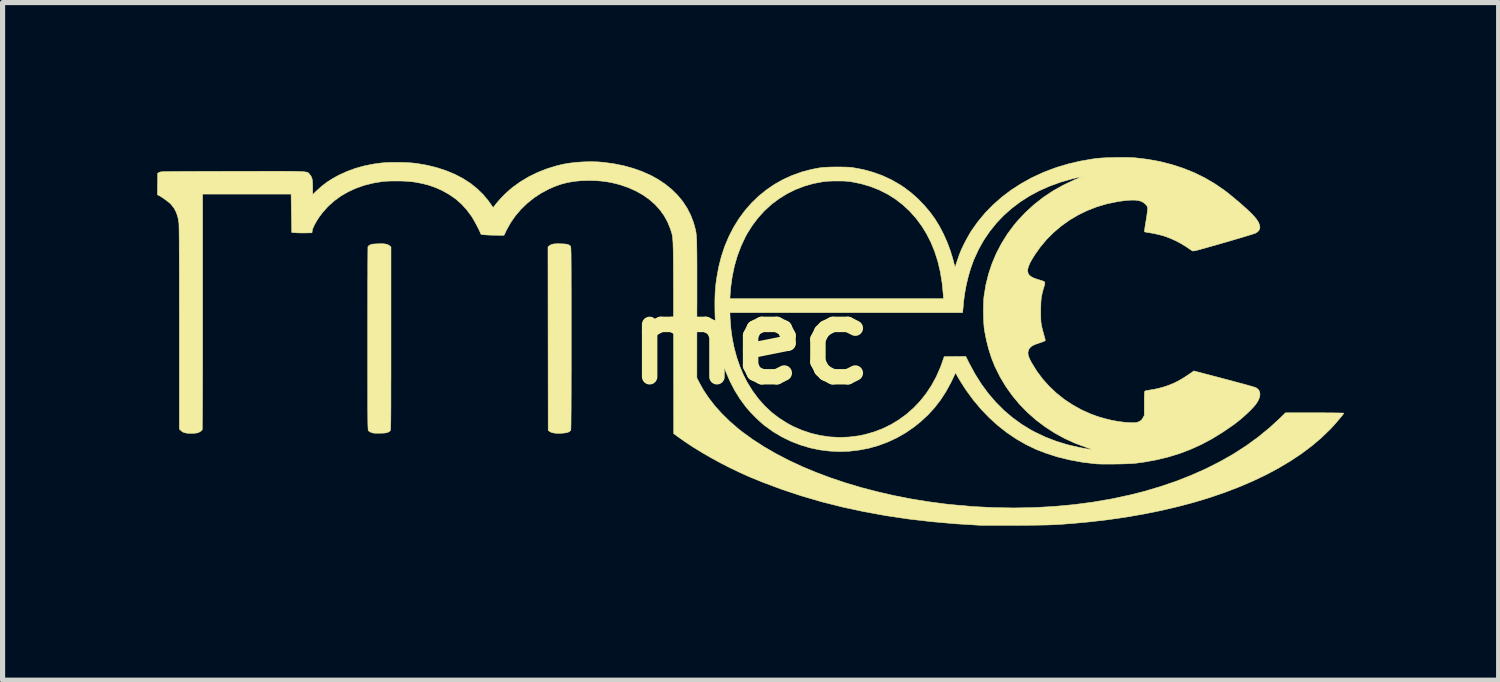
<source format=kicad_pcb>
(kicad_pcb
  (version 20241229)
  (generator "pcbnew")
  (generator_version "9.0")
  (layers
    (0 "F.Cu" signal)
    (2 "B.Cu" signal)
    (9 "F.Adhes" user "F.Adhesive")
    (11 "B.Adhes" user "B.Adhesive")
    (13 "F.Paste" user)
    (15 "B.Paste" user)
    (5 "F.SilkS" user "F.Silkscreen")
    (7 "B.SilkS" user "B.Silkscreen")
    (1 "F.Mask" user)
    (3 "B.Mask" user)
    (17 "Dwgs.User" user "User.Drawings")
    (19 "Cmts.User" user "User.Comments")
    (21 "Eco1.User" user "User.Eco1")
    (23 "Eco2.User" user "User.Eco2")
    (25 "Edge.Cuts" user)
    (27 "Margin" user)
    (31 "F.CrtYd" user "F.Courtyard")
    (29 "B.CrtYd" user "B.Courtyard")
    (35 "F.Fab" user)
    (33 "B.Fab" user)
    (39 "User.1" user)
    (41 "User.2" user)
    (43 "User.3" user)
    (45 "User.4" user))
  (footprint "mec"
    (layer "F.Cu")
    (at 11.516 3.572)
    (property "Reference" "mec" (at 0 0 0) (layer "F.SilkS") (effects (font (size 1.524 1.524) (thickness 0.3))))
    (attr exclude_from_pos_files exclude_from_bom)
    (fp_poly (pts (xy -3.686 -1.891) (xy -3.628 -1.889) (xy -3.585 -1.885) (xy -3.553 -1.879) (xy -3.529 -1.87) (xy -3.509 -1.857) (xy -3.495 -1.844) (xy -3.493 -1.842) (xy -3.492 -1.836) (xy -3.49 -1.828) (xy -3.489 -1.816) (xy -3.488 -1.799) (xy -3.487 -1.777) (xy -3.486 -1.748) (xy -3.485 -1.714) (xy -3.484 -1.671) (xy -3.484 -1.621) (xy -3.483 -1.562) (xy -3.483 -1.494) (xy -3.482 -1.415) (xy -3.482 -1.326) (xy -3.482 -1.225) (xy -3.482 -1.111) (xy -3.481 -0.985) (xy -3.481 -0.845) (xy -3.481 -0.691) (xy -3.481 -0.522) (xy -3.481 -0.337) (xy -3.481 -0.136) (xy -3.481 -0.06) (xy -3.481 0.168) (xy -3.481 0.378) (xy -3.481 0.572) (xy -3.482 0.75) (xy -3.482 0.911) (xy -3.482 1.057) (xy -3.483 1.187) (xy -3.483 1.303) (xy -3.484 1.404) (xy -3.485 1.49) (xy -3.485 1.563) (xy -3.486 1.622) (xy -3.487 1.668) (xy -3.488 1.701) (xy -3.489 1.721) (xy -3.49 1.729) (xy -3.504 1.743) (xy -3.527 1.758) (xy -3.54 1.765) (xy -3.571 1.774) (xy -3.614 1.781) (xy -3.665 1.785) (xy -3.719 1.787) (xy -3.77 1.786) (xy -3.815 1.781) (xy -3.84 1.776) (xy -3.87 1.766) (xy -3.897 1.752) (xy -3.905 1.747) (xy -3.928 1.73) (xy -3.932 -1.83) (xy -3.906 -1.852) (xy -3.883 -1.868) (xy -3.857 -1.879) (xy -3.824 -1.887) (xy -3.782 -1.891) (xy -3.727 -1.892) (xy -3.686 -1.891)) (stroke (width 0.01) (type solid)) (fill yes) (layer "F.SilkS"))
    (fp_poly (pts (xy -7.112 -1.89) (xy -7.074 -1.884) (xy -7.044 -1.876) (xy -7.02 -1.863) (xy -7.006 -1.852) (xy -6.979 -1.83) (xy -6.979 -0.053) (xy -6.979 0.154) (xy -6.979 0.345) (xy -6.979 0.519) (xy -6.979 0.678) (xy -6.98 0.823) (xy -6.98 0.953) (xy -6.98 1.071) (xy -6.98 1.176) (xy -6.98 1.269) (xy -6.981 1.352) (xy -6.981 1.424) (xy -6.982 1.486) (xy -6.982 1.54) (xy -6.983 1.585) (xy -6.984 1.623) (xy -6.985 1.653) (xy -6.986 1.678) (xy -6.987 1.697) (xy -6.988 1.712) (xy -6.989 1.723) (xy -6.991 1.73) (xy -6.992 1.735) (xy -6.994 1.737) (xy -6.995 1.738) (xy -7.017 1.756) (xy -7.042 1.768) (xy -7.072 1.777) (xy -7.111 1.782) (xy -7.163 1.784) (xy -7.183 1.785) (xy -7.229 1.785) (xy -7.271 1.785) (xy -7.305 1.783) (xy -7.326 1.781) (xy -7.327 1.781) (xy -7.378 1.763) (xy -7.416 1.738) (xy -7.417 1.736) (xy -7.419 1.732) (xy -7.42 1.726) (xy -7.422 1.717) (xy -7.423 1.704) (xy -7.424 1.687) (xy -7.425 1.664) (xy -7.426 1.636) (xy -7.427 1.601) (xy -7.428 1.559) (xy -7.428 1.509) (xy -7.429 1.45) (xy -7.429 1.382) (xy -7.43 1.304) (xy -7.43 1.215) (xy -7.43 1.115) (xy -7.43 1.002) (xy -7.43 0.877) (xy -7.431 0.738) (xy -7.431 0.585) (xy -7.431 0.417) (xy -7.431 0.233) (xy -7.431 0.032) (xy -7.431 -0.048) (xy -7.431 -0.223) (xy -7.431 -0.393) (xy -7.431 -0.557) (xy -7.43 -0.715) (xy -7.43 -0.866) (xy -7.43 -1.01) (xy -7.43 -1.144) (xy -7.429 -1.27) (xy -7.429 -1.385) (xy -7.429 -1.488) (xy -7.428 -1.58) (xy -7.428 -1.659) (xy -7.427 -1.725) (xy -7.427 -1.776) (xy -7.426 -1.812) (xy -7.426 -1.832) (xy -7.425 -1.836) (xy -7.415 -1.848) (xy -7.394 -1.863) (xy -7.384 -1.869) (xy -7.367 -1.877) (xy -7.348 -1.882) (xy -7.324 -1.886) (xy -7.291 -1.888) (xy -7.246 -1.89) (xy -7.226 -1.891) (xy -7.162 -1.892) (xy -7.112 -1.89)) (stroke (width 0.01) (type solid)) (fill yes) (layer "F.SilkS"))
    (fp_poly (pts (xy -2.966 -3.481) (xy -2.86 -3.472) (xy -2.657 -3.445) (xy -2.463 -3.406) (xy -2.279 -3.355) (xy -2.106 -3.294) (xy -1.944 -3.222) (xy -1.794 -3.14) (xy -1.656 -3.047) (xy -1.531 -2.946) (xy -1.418 -2.835) (xy -1.319 -2.715) (xy -1.235 -2.587) (xy -1.164 -2.45) (xy -1.109 -2.306) (xy -1.085 -2.222) (xy -1.079 -2.199) (xy -1.074 -2.179) (xy -1.069 -2.159) (xy -1.065 -2.139) (xy -1.061 -2.118) (xy -1.058 -2.095) (xy -1.055 -2.07) (xy -1.052 -2.041) (xy -1.05 -2.008) (xy -1.048 -1.969) (xy -1.046 -1.925) (xy -1.045 -1.873) (xy -1.044 -1.813) (xy -1.043 -1.745) (xy -1.042 -1.667) (xy -1.042 -1.578) (xy -1.041 -1.478) (xy -1.041 -1.366) (xy -1.041 -1.24) (xy -1.041 -1.101) (xy -1.041 -0.946) (xy -1.041 -0.776) (xy -1.042 -0.636) (xy -1.043 0.711) (xy -1.002 0.792) (xy -0.915 0.949) (xy -0.81 1.105) (xy -0.69 1.259) (xy -0.554 1.409) (xy -0.404 1.556) (xy -0.24 1.698) (xy -0.156 1.764) (xy 0.046 1.91) (xy 0.265 2.051) (xy 0.497 2.185) (xy 0.744 2.313) (xy 1.003 2.434) (xy 1.275 2.547) (xy 1.558 2.653) (xy 1.851 2.751) (xy 2.153 2.841) (xy 2.465 2.922) (xy 2.783 2.995) (xy 3.109 3.059) (xy 3.441 3.113) (xy 3.778 3.158) (xy 3.911 3.172) (xy 4.312 3.208) (xy 4.711 3.228) (xy 5.107 3.235) (xy 5.499 3.228) (xy 5.887 3.206) (xy 6.268 3.171) (xy 6.643 3.122) (xy 7.01 3.059) (xy 7.367 2.982) (xy 7.626 2.917) (xy 7.947 2.822) (xy 8.257 2.717) (xy 8.554 2.6) (xy 8.839 2.473) (xy 9.112 2.335) (xy 9.372 2.187) (xy 9.618 2.028) (xy 9.851 1.859) (xy 10.07 1.68) (xy 10.266 1.5) (xy 10.38 1.389) (xy 10.945 1.389) (xy 11.043 1.389) (xy 11.135 1.389) (xy 11.22 1.39) (xy 11.297 1.39) (xy 11.364 1.391) (xy 11.421 1.392) (xy 11.465 1.393) (xy 11.495 1.394) (xy 11.51 1.395) (xy 11.511 1.396) (xy 11.505 1.407) (xy 11.49 1.428) (xy 11.466 1.458) (xy 11.436 1.494) (xy 11.402 1.535) (xy 11.365 1.578) (xy 11.327 1.621) (xy 11.289 1.663) (xy 11.255 1.7) (xy 11.242 1.713) (xy 11.074 1.875) (xy 10.89 2.031) (xy 10.691 2.18) (xy 10.477 2.323) (xy 10.249 2.459) (xy 10.007 2.589) (xy 9.751 2.711) (xy 9.482 2.826) (xy 9.201 2.934) (xy 8.908 3.034) (xy 8.604 3.126) (xy 8.288 3.21) (xy 7.962 3.286) (xy 7.625 3.354) (xy 7.279 3.414) (xy 6.924 3.465) (xy 6.56 3.507) (xy 6.376 3.524) (xy 6.28 3.533) (xy 6.193 3.54) (xy 6.113 3.546) (xy 6.038 3.552) (xy 5.966 3.556) (xy 5.895 3.56) (xy 5.822 3.563) (xy 5.746 3.566) (xy 5.665 3.567) (xy 5.576 3.569) (xy 5.478 3.57) (xy 5.368 3.571) (xy 5.245 3.572) (xy 5.143 3.572) (xy 5.038 3.572) (xy 4.937 3.572) (xy 4.84 3.572) (xy 4.751 3.572) (xy 4.67 3.572) (xy 4.598 3.572) (xy 4.538 3.572) (xy 4.491 3.572) (xy 4.459 3.571) (xy 4.445 3.571) (xy 3.971 3.542) (xy 3.51 3.501) (xy 3.06 3.449) (xy 2.623 3.384) (xy 2.196 3.306) (xy 1.781 3.217) (xy 1.377 3.115) (xy 0.984 3) (xy 0.601 2.873) (xy 0.229 2.734) (xy -0.017 2.633) (xy -0.203 2.55) (xy -0.391 2.46) (xy -0.579 2.364) (xy -0.764 2.263) (xy -0.943 2.16) (xy -1.114 2.055) (xy -1.273 1.95) (xy -1.419 1.847) (xy -1.421 1.845) (xy -1.492 1.793) (xy -1.495 -0.069) (xy -1.495 -0.285) (xy -1.496 -0.484) (xy -1.496 -0.667) (xy -1.496 -0.835) (xy -1.496 -0.988) (xy -1.497 -1.128) (xy -1.497 -1.255) (xy -1.498 -1.369) (xy -1.498 -1.472) (xy -1.499 -1.564) (xy -1.5 -1.646) (xy -1.501 -1.718) (xy -1.502 -1.782) (xy -1.504 -1.838) (xy -1.505 -1.886) (xy -1.507 -1.928) (xy -1.51 -1.964) (xy -1.512 -1.996) (xy -1.515 -2.022) (xy -1.518 -2.046) (xy -1.522 -2.066) (xy -1.526 -2.084) (xy -1.531 -2.101) (xy -1.535 -2.117) (xy -1.541 -2.133) (xy -1.547 -2.15) (xy -1.553 -2.168) (xy -1.558 -2.185) (xy -1.61 -2.313) (xy -1.677 -2.435) (xy -1.759 -2.549) (xy -1.854 -2.654) (xy -1.963 -2.75) (xy -2.084 -2.836) (xy -2.218 -2.912) (xy -2.362 -2.978) (xy -2.517 -3.032) (xy -2.601 -3.055) (xy -2.707 -3.08) (xy -2.809 -3.098) (xy -2.911 -3.11) (xy -3.019 -3.117) (xy -3.134 -3.12) (xy -3.285 -3.116) (xy -3.424 -3.103) (xy -3.555 -3.08) (xy -3.681 -3.047) (xy -3.806 -3.002) (xy -3.915 -2.954) (xy -4.064 -2.875) (xy -4.204 -2.783) (xy -4.334 -2.679) (xy -4.453 -2.564) (xy -4.56 -2.44) (xy -4.653 -2.308) (xy -4.731 -2.169) (xy -4.737 -2.157) (xy -4.785 -2.057) (xy -4.904 -2.057) (xy -4.979 -2.058) (xy -5.048 -2.059) (xy -5.108 -2.062) (xy -5.159 -2.065) (xy -5.198 -2.069) (xy -5.224 -2.073) (xy -5.234 -2.078) (xy -5.235 -2.079) (xy -5.239 -2.093) (xy -5.25 -2.118) (xy -5.266 -2.154) (xy -5.287 -2.196) (xy -5.311 -2.242) (xy -5.336 -2.289) (xy -5.361 -2.334) (xy -5.384 -2.374) (xy -5.403 -2.408) (xy -5.413 -2.422) (xy -5.508 -2.55) (xy -5.611 -2.663) (xy -5.725 -2.763) (xy -5.851 -2.85) (xy -5.985 -2.925) (xy -6.113 -2.982) (xy -6.243 -3.028) (xy -6.38 -3.063) (xy -6.527 -3.09) (xy -6.567 -3.095) (xy -6.626 -3.101) (xy -6.697 -3.106) (xy -6.776 -3.109) (xy -6.859 -3.11) (xy -6.941 -3.11) (xy -7.019 -3.108) (xy -7.087 -3.105) (xy -7.14 -3.1) (xy -7.322 -3.07) (xy -7.494 -3.027) (xy -7.657 -2.97) (xy -7.81 -2.9) (xy -7.952 -2.818) (xy -8.082 -2.723) (xy -8.202 -2.615) (xy -8.308 -2.496) (xy -8.376 -2.405) (xy -8.416 -2.343) (xy -8.45 -2.284) (xy -8.478 -2.23) (xy -8.497 -2.184) (xy -8.507 -2.148) (xy -8.507 -2.146) (xy -8.512 -2.105) (xy -8.629 -2.102) (xy -8.681 -2.102) (xy -8.736 -2.102) (xy -8.787 -2.103) (xy -8.825 -2.105) (xy -8.904 -2.111) (xy -8.911 -2.483) (xy -8.917 -2.856) (xy -10.634 -2.856) (xy -10.634 -0.577) (xy -10.634 -0.305) (xy -10.634 -0.051) (xy -10.634 0.186) (xy -10.634 0.406) (xy -10.635 0.609) (xy -10.635 0.794) (xy -10.636 0.963) (xy -10.636 1.114) (xy -10.637 1.249) (xy -10.637 1.366) (xy -10.638 1.467) (xy -10.639 1.55) (xy -10.64 1.617) (xy -10.64 1.667) (xy -10.641 1.701) (xy -10.642 1.717) (xy -10.643 1.719) (xy -10.655 1.733) (xy -10.677 1.75) (xy -10.692 1.759) (xy -10.713 1.77) (xy -10.733 1.777) (xy -10.758 1.782) (xy -10.792 1.785) (xy -10.824 1.787) (xy -10.893 1.787) (xy -10.947 1.783) (xy -10.99 1.773) (xy -11.024 1.758) (xy -11.051 1.737) (xy -11.085 1.704) (xy -11.085 -0.255) (xy -11.085 -0.506) (xy -11.086 -0.739) (xy -11.086 -0.956) (xy -11.086 -1.156) (xy -11.086 -1.339) (xy -11.087 -1.505) (xy -11.087 -1.655) (xy -11.088 -1.789) (xy -11.088 -1.908) (xy -11.089 -2.01) (xy -11.09 -2.097) (xy -11.091 -2.168) (xy -11.092 -2.224) (xy -11.093 -2.265) (xy -11.094 -2.291) (xy -11.095 -2.298) (xy -11.113 -2.403) (xy -11.143 -2.496) (xy -11.185 -2.578) (xy -11.241 -2.65) (xy -11.253 -2.664) (xy -11.28 -2.688) (xy -11.316 -2.717) (xy -11.359 -2.749) (xy -11.402 -2.78) (xy -11.443 -2.806) (xy -11.477 -2.826) (xy -11.487 -2.831) (xy -11.511 -2.842) (xy -11.506 -3.259) (xy -11.476 -3.277) (xy -11.472 -3.279) (xy -11.467 -3.281) (xy -11.461 -3.283) (xy -11.453 -3.285) (xy -11.442 -3.286) (xy -11.428 -3.288) (xy -11.408 -3.289) (xy -11.384 -3.29) (xy -11.353 -3.291) (xy -11.315 -3.292) (xy -11.27 -3.292) (xy -11.216 -3.293) (xy -11.152 -3.294) (xy -11.079 -3.294) (xy -10.994 -3.295) (xy -10.898 -3.295) (xy -10.788 -3.295) (xy -10.666 -3.296) (xy -10.529 -3.296) (xy -10.377 -3.296) (xy -10.21 -3.297) (xy -10.052 -3.297) (xy -9.867 -3.297) (xy -9.698 -3.297) (xy -9.544 -3.298) (xy -9.406 -3.298) (xy -9.282 -3.298) (xy -9.171 -3.298) (xy -9.073 -3.298) (xy -8.987 -3.297) (xy -8.911 -3.297) (xy -8.846 -3.296) (xy -8.79 -3.295) (xy -8.743 -3.293) (xy -8.704 -3.291) (xy -8.671 -3.289) (xy -8.645 -3.286) (xy -8.624 -3.283) (xy -8.608 -3.279) (xy -8.595 -3.275) (xy -8.586 -3.27) (xy -8.579 -3.265) (xy -8.573 -3.259) (xy -8.568 -3.252) (xy -8.563 -3.245) (xy -8.556 -3.237) (xy -8.555 -3.236) (xy -8.536 -3.211) (xy -8.521 -3.185) (xy -8.511 -3.155) (xy -8.504 -3.118) (xy -8.5 -3.072) (xy -8.499 -3.013) (xy -8.498 -2.983) (xy -8.498 -2.845) (xy -8.423 -2.918) (xy -8.322 -3.009) (xy -8.22 -3.087) (xy -8.111 -3.157) (xy -7.993 -3.222) (xy -7.832 -3.295) (xy -7.669 -3.355) (xy -7.501 -3.402) (xy -7.323 -3.438) (xy -7.161 -3.46) (xy -7.094 -3.465) (xy -7.014 -3.469) (xy -6.926 -3.471) (xy -6.834 -3.471) (xy -6.741 -3.469) (xy -6.652 -3.465) (xy -6.571 -3.46) (xy -6.502 -3.453) (xy -6.485 -3.451) (xy -6.28 -3.416) (xy -6.087 -3.368) (xy -5.906 -3.309) (xy -5.738 -3.239) (xy -5.581 -3.157) (xy -5.437 -3.064) (xy -5.306 -2.959) (xy -5.188 -2.844) (xy -5.084 -2.718) (xy -5.043 -2.66) (xy -5.023 -2.631) (xy -5.008 -2.609) (xy -4.998 -2.597) (xy -4.996 -2.596) (xy -4.99 -2.602) (xy -4.975 -2.619) (xy -4.956 -2.645) (xy -4.943 -2.661) (xy -4.903 -2.71) (xy -4.853 -2.766) (xy -4.796 -2.825) (xy -4.737 -2.883) (xy -4.678 -2.936) (xy -4.627 -2.979) (xy -4.474 -3.09) (xy -4.31 -3.189) (xy -4.135 -3.275) (xy -3.953 -3.347) (xy -3.764 -3.405) (xy -3.629 -3.437) (xy -3.508 -3.457) (xy -3.375 -3.472) (xy -3.237 -3.481) (xy -3.099 -3.484) (xy -2.966 -3.481)) (stroke (width 0.01) (type solid)) (fill yes) (layer "F.SilkS"))
    (fp_poly (pts (xy 7.329 -3.566) (xy 7.399 -3.563) (xy 7.457 -3.56) (xy 7.46 -3.56) (xy 7.703 -3.531) (xy 7.94 -3.488) (xy 8.17 -3.43) (xy 8.392 -3.358) (xy 8.606 -3.272) (xy 8.811 -3.172) (xy 9.006 -3.058) (xy 9.191 -2.931) (xy 9.268 -2.872) (xy 9.38 -2.78) (xy 9.483 -2.694) (xy 9.574 -2.614) (xy 9.653 -2.542) (xy 9.721 -2.476) (xy 9.775 -2.419) (xy 9.816 -2.37) (xy 9.821 -2.362) (xy 9.858 -2.304) (xy 9.878 -2.251) (xy 9.883 -2.203) (xy 9.871 -2.162) (xy 9.843 -2.127) (xy 9.8 -2.098) (xy 9.798 -2.098) (xy 9.782 -2.092) (xy 9.751 -2.081) (xy 9.706 -2.067) (xy 9.649 -2.05) (xy 9.581 -2.029) (xy 9.504 -2.006) (xy 9.419 -1.981) (xy 9.328 -1.954) (xy 9.232 -1.926) (xy 9.172 -1.909) (xy 9.059 -1.876) (xy 8.961 -1.849) (xy 8.878 -1.825) (xy 8.808 -1.805) (xy 8.749 -1.789) (xy 8.702 -1.776) (xy 8.664 -1.766) (xy 8.635 -1.759) (xy 8.612 -1.755) (xy 8.596 -1.752) (xy 8.585 -1.751) (xy 8.577 -1.752) (xy 8.572 -1.754) (xy 8.572 -1.754) (xy 8.557 -1.764) (xy 8.532 -1.78) (xy 8.499 -1.803) (xy 8.462 -1.828) (xy 8.454 -1.833) (xy 8.361 -1.891) (xy 8.258 -1.946) (xy 8.152 -1.994) (xy 8.05 -2.033) (xy 8.045 -2.035) (xy 7.988 -2.052) (xy 7.921 -2.069) (xy 7.847 -2.086) (xy 7.774 -2.1) (xy 7.706 -2.111) (xy 7.689 -2.114) (xy 7.664 -2.118) (xy 7.647 -2.124) (xy 7.643 -2.127) (xy 7.644 -2.137) (xy 7.646 -2.162) (xy 7.651 -2.199) (xy 7.658 -2.247) (xy 7.667 -2.301) (xy 7.675 -2.348) (xy 7.688 -2.431) (xy 7.697 -2.497) (xy 7.703 -2.546) (xy 7.705 -2.58) (xy 7.704 -2.594) (xy 7.69 -2.627) (xy 7.662 -2.661) (xy 7.624 -2.691) (xy 7.58 -2.715) (xy 7.574 -2.717) (xy 7.525 -2.73) (xy 7.464 -2.738) (xy 7.392 -2.739) (xy 7.307 -2.734) (xy 7.208 -2.722) (xy 7.114 -2.708) (xy 6.915 -2.667) (xy 6.722 -2.61) (xy 6.537 -2.538) (xy 6.359 -2.452) (xy 6.19 -2.352) (xy 6.03 -2.238) (xy 5.881 -2.112) (xy 5.743 -1.974) (xy 5.617 -1.823) (xy 5.518 -1.682) (xy 5.464 -1.597) (xy 5.423 -1.523) (xy 5.395 -1.458) (xy 5.379 -1.403) (xy 5.376 -1.356) (xy 5.386 -1.316) (xy 5.408 -1.282) (xy 5.444 -1.253) (xy 5.492 -1.228) (xy 5.549 -1.207) (xy 5.59 -1.194) (xy 5.629 -1.182) (xy 5.66 -1.173) (xy 5.673 -1.168) (xy 5.693 -1.16) (xy 5.705 -1.149) (xy 5.71 -1.132) (xy 5.707 -1.107) (xy 5.697 -1.069) (xy 5.691 -1.049) (xy 5.672 -0.985) (xy 5.658 -0.929) (xy 5.647 -0.877) (xy 5.639 -0.825) (xy 5.634 -0.77) (xy 5.632 -0.708) (xy 5.63 -0.634) (xy 5.63 -0.582) (xy 5.63 -0.514) (xy 5.631 -0.46) (xy 5.632 -0.417) (xy 5.634 -0.383) (xy 5.637 -0.353) (xy 5.642 -0.325) (xy 5.647 -0.296) (xy 5.653 -0.269) (xy 5.665 -0.22) (xy 5.679 -0.168) (xy 5.692 -0.121) (xy 5.699 -0.097) (xy 5.709 -0.063) (xy 5.715 -0.034) (xy 5.718 -0.016) (xy 5.717 -0.013) (xy 5.708 -0.006) (xy 5.685 0.004) (xy 5.652 0.017) (xy 5.611 0.031) (xy 5.601 0.034) (xy 5.536 0.056) (xy 5.486 0.078) (xy 5.449 0.1) (xy 5.422 0.124) (xy 5.403 0.151) (xy 5.399 0.159) (xy 5.387 0.192) (xy 5.382 0.226) (xy 5.386 0.262) (xy 5.398 0.303) (xy 5.419 0.353) (xy 5.45 0.413) (xy 5.459 0.428) (xy 5.557 0.586) (xy 5.67 0.736) (xy 5.796 0.877) (xy 5.935 1.007) (xy 6.085 1.127) (xy 6.247 1.234) (xy 6.417 1.329) (xy 6.597 1.41) (xy 6.615 1.417) (xy 6.742 1.463) (xy 6.876 1.502) (xy 7.012 1.535) (xy 7.147 1.559) (xy 7.277 1.575) (xy 7.397 1.581) (xy 7.413 1.581) (xy 7.454 1.58) (xy 7.483 1.578) (xy 7.507 1.572) (xy 7.53 1.563) (xy 7.543 1.556) (xy 7.573 1.539) (xy 7.594 1.519) (xy 7.611 1.492) (xy 7.615 1.484) (xy 7.64 1.437) (xy 7.64 1.21) (xy 7.64 1.134) (xy 7.641 1.074) (xy 7.642 1.029) (xy 7.644 0.997) (xy 7.647 0.978) (xy 7.65 0.97) (xy 7.665 0.962) (xy 7.695 0.955) (xy 7.739 0.948) (xy 7.745 0.947) (xy 7.832 0.933) (xy 7.926 0.912) (xy 8.021 0.886) (xy 8.109 0.856) (xy 8.112 0.855) (xy 8.206 0.817) (xy 8.299 0.771) (xy 8.394 0.716) (xy 8.494 0.651) (xy 8.574 0.596) (xy 8.601 0.576) (xy 8.808 0.63) (xy 8.963 0.671) (xy 9.102 0.707) (xy 9.226 0.74) (xy 9.336 0.769) (xy 9.431 0.795) (xy 9.514 0.817) (xy 9.585 0.836) (xy 9.645 0.853) (xy 9.695 0.867) (xy 9.734 0.878) (xy 9.765 0.888) (xy 9.788 0.895) (xy 9.804 0.901) (xy 9.813 0.905) (xy 9.851 0.935) (xy 9.875 0.973) (xy 9.885 1.019) (xy 9.88 1.071) (xy 9.861 1.128) (xy 9.827 1.189) (xy 9.796 1.233) (xy 9.753 1.283) (xy 9.698 1.341) (xy 9.634 1.402) (xy 9.564 1.466) (xy 9.491 1.528) (xy 9.416 1.587) (xy 9.367 1.624) (xy 9.16 1.766) (xy 8.955 1.892) (xy 8.749 2.002) (xy 8.54 2.097) (xy 8.325 2.179) (xy 8.104 2.246) (xy 7.875 2.302) (xy 7.634 2.345) (xy 7.483 2.366) (xy 7.439 2.37) (xy 7.382 2.374) (xy 7.313 2.377) (xy 7.235 2.38) (xy 7.152 2.382) (xy 7.067 2.383) (xy 6.983 2.384) (xy 6.903 2.384) (xy 6.829 2.384) (xy 6.765 2.382) (xy 6.713 2.38) (xy 6.693 2.378) (xy 6.44 2.348) (xy 6.195 2.303) (xy 5.96 2.246) (xy 5.736 2.174) (xy 5.546 2.101) (xy 5.351 2.008) (xy 5.161 1.899) (xy 4.977 1.775) (xy 4.801 1.637) (xy 4.632 1.484) (xy 4.473 1.319) (xy 4.323 1.141) (xy 4.184 0.951) (xy 4.167 0.926) (xy 4.142 0.887) (xy 4.114 0.843) (xy 4.085 0.798) (xy 4.057 0.752) (xy 4.032 0.71) (xy 4.011 0.674) (xy 3.995 0.645) (xy 3.986 0.628) (xy 3.984 0.623) (xy 3.978 0.617) (xy 3.976 0.616) (xy 3.968 0.623) (xy 3.967 0.628) (xy 3.963 0.639) (xy 3.953 0.663) (xy 3.937 0.697) (xy 3.917 0.739) (xy 3.894 0.787) (xy 3.89 0.795) (xy 3.793 0.973) (xy 3.687 1.137) (xy 3.57 1.289) (xy 3.441 1.43) (xy 3.299 1.561) (xy 3.172 1.663) (xy 3.007 1.777) (xy 2.835 1.875) (xy 2.658 1.957) (xy 2.475 2.025) (xy 2.289 2.077) (xy 2.099 2.113) (xy 1.909 2.135) (xy 1.717 2.141) (xy 1.525 2.131) (xy 1.335 2.107) (xy 1.147 2.067) (xy 0.962 2.011) (xy 0.781 1.941) (xy 0.606 1.855) (xy 0.436 1.754) (xy 0.275 1.638) (xy 0.26 1.627) (xy 0.215 1.588) (xy 0.162 1.54) (xy 0.104 1.485) (xy 0.047 1.427) (xy -0.008 1.37) (xy -0.056 1.316) (xy -0.09 1.276) (xy -0.205 1.12) (xy -0.31 0.951) (xy -0.403 0.771) (xy -0.484 0.583) (xy -0.552 0.389) (xy -0.593 0.239) (xy -0.619 0.129) (xy -0.64 0.027) (xy -0.657 -0.074) (xy -0.67 -0.175) (xy -0.68 -0.281) (xy -0.686 -0.395) (xy -0.691 -0.521) (xy -0.691 -0.556) (xy -0.402 -0.556) (xy -0.397 -0.428) (xy -0.382 -0.24) (xy -0.356 -0.052) (xy -0.318 0.134) (xy -0.269 0.314) (xy -0.209 0.488) (xy -0.141 0.651) (xy -0.068 0.793) (xy 0.035 0.96) (xy 0.148 1.113) (xy 0.272 1.253) (xy 0.406 1.379) (xy 0.552 1.491) (xy 0.709 1.591) (xy 0.824 1.653) (xy 0.995 1.727) (xy 1.171 1.786) (xy 1.352 1.829) (xy 1.536 1.856) (xy 1.722 1.866) (xy 1.908 1.859) (xy 2.093 1.836) (xy 2.216 1.811) (xy 2.395 1.76) (xy 2.566 1.695) (xy 2.73 1.614) (xy 2.87 1.529) (xy 3.021 1.42) (xy 3.161 1.297) (xy 3.29 1.162) (xy 3.407 1.015) (xy 3.512 0.856) (xy 3.604 0.687) (xy 3.683 0.507) (xy 3.716 0.417) (xy 3.757 0.299) (xy 3.966 0.297) (xy 4.175 0.295) (xy 4.24 0.424) (xy 4.354 0.635) (xy 4.479 0.833) (xy 4.614 1.016) (xy 4.759 1.185) (xy 4.915 1.341) (xy 5.081 1.482) (xy 5.257 1.61) (xy 5.444 1.724) (xy 5.517 1.763) (xy 5.719 1.859) (xy 5.928 1.94) (xy 6.146 2.007) (xy 6.374 2.06) (xy 6.472 2.079) (xy 6.531 2.089) (xy 6.574 2.095) (xy 6.6 2.098) (xy 6.61 2.097) (xy 6.604 2.092) (xy 6.583 2.083) (xy 6.546 2.07) (xy 6.511 2.059) (xy 6.297 1.979) (xy 6.093 1.886) (xy 5.897 1.778) (xy 5.712 1.658) (xy 5.537 1.526) (xy 5.373 1.381) (xy 5.221 1.226) (xy 5.082 1.059) (xy 4.956 0.883) (xy 4.844 0.697) (xy 4.747 0.502) (xy 4.742 0.493) (xy 4.677 0.331) (xy 4.621 0.157) (xy 4.575 -0.024) (xy 4.539 -0.21) (xy 4.535 -0.239) (xy 4.529 -0.29) (xy 4.525 -0.354) (xy 4.521 -0.429) (xy 4.519 -0.509) (xy 4.518 -0.592) (xy 4.519 -0.674) (xy 4.521 -0.75) (xy 4.524 -0.817) (xy 4.529 -0.872) (xy 4.53 -0.877) (xy 4.565 -1.092) (xy 4.617 -1.303) (xy 4.685 -1.507) (xy 4.769 -1.706) (xy 4.869 -1.897) (xy 4.983 -2.08) (xy 5.113 -2.255) (xy 5.181 -2.336) (xy 5.335 -2.5) (xy 5.501 -2.652) (xy 5.678 -2.791) (xy 5.867 -2.917) (xy 6.067 -3.029) (xy 6.277 -3.129) (xy 6.324 -3.148) (xy 6.364 -3.165) (xy 6.391 -3.177) (xy 6.404 -3.185) (xy 6.404 -3.188) (xy 6.388 -3.186) (xy 6.357 -3.18) (xy 6.311 -3.169) (xy 6.248 -3.154) (xy 6.233 -3.15) (xy 6.011 -3.086) (xy 5.8 -3.009) (xy 5.599 -2.92) (xy 5.409 -2.818) (xy 5.231 -2.704) (xy 5.065 -2.578) (xy 4.911 -2.441) (xy 4.769 -2.292) (xy 4.641 -2.133) (xy 4.525 -1.963) (xy 4.424 -1.783) (xy 4.336 -1.592) (xy 4.321 -1.554) (xy 4.269 -1.409) (xy 4.223 -1.252) (xy 4.184 -1.089) (xy 4.154 -0.925) (xy 4.133 -0.766) (xy 4.128 -0.707) (xy 4.125 -0.668) (xy 4.121 -0.629) (xy 4.118 -0.598) (xy 4.118 -0.597) (xy 4.113 -0.556) (xy -0.402 -0.556) (xy -0.691 -0.556) (xy -0.692 -0.577) (xy -0.693 -0.687) (xy -0.693 -0.783) (xy -0.692 -0.825) (xy -0.402 -0.825) (xy 3.743 -0.825) (xy 3.738 -0.909) (xy 3.716 -1.133) (xy 3.681 -1.346) (xy 3.634 -1.547) (xy 3.573 -1.738) (xy 3.5 -1.918) (xy 3.413 -2.088) (xy 3.325 -2.231) (xy 3.213 -2.383) (xy 3.09 -2.521) (xy 2.956 -2.646) (xy 2.813 -2.757) (xy 2.659 -2.854) (xy 2.496 -2.936) (xy 2.324 -3.004) (xy 2.143 -3.057) (xy 1.953 -3.095) (xy 1.918 -3.1) (xy 1.869 -3.105) (xy 1.807 -3.109) (xy 1.735 -3.11) (xy 1.66 -3.11) (xy 1.584 -3.109) (xy 1.512 -3.106) (xy 1.448 -3.101) (xy 1.406 -3.096) (xy 1.22 -3.061) (xy 1.042 -3.01) (xy 0.87 -2.944) (xy 0.707 -2.863) (xy 0.553 -2.767) (xy 0.407 -2.658) (xy 0.272 -2.535) (xy 0.148 -2.399) (xy 0.035 -2.251) (xy -0.066 -2.091) (xy -0.103 -2.023) (xy -0.186 -1.845) (xy -0.257 -1.658) (xy -0.314 -1.461) (xy -0.357 -1.256) (xy -0.386 -1.045) (xy -0.396 -0.922) (xy -0.402 -0.825) (xy -0.692 -0.825) (xy -0.691 -0.869) (xy -0.688 -0.947) (xy -0.682 -1.023) (xy -0.675 -1.099) (xy -0.665 -1.179) (xy -0.659 -1.22) (xy -0.62 -1.436) (xy -0.568 -1.643) (xy -0.502 -1.842) (xy -0.422 -2.031) (xy -0.331 -2.209) (xy -0.227 -2.377) (xy -0.111 -2.534) (xy 0.016 -2.68) (xy 0.154 -2.813) (xy 0.302 -2.934) (xy 0.46 -3.042) (xy 0.628 -3.137) (xy 0.804 -3.217) (xy 0.99 -3.284) (xy 1.183 -3.335) (xy 1.341 -3.365) (xy 1.39 -3.371) (xy 1.452 -3.375) (xy 1.524 -3.379) (xy 1.602 -3.381) (xy 1.682 -3.382) (xy 1.762 -3.381) (xy 1.837 -3.38) (xy 1.904 -3.377) (xy 1.959 -3.373) (xy 1.984 -3.369) (xy 2.185 -3.332) (xy 2.377 -3.279) (xy 2.559 -3.213) (xy 2.734 -3.132) (xy 2.902 -3.035) (xy 2.985 -2.98) (xy 3.119 -2.878) (xy 3.249 -2.762) (xy 3.372 -2.635) (xy 3.485 -2.501) (xy 3.575 -2.377) (xy 3.661 -2.237) (xy 3.741 -2.084) (xy 3.813 -1.924) (xy 3.875 -1.759) (xy 3.925 -1.595) (xy 3.939 -1.541) (xy 3.949 -1.502) (xy 3.958 -1.47) (xy 3.965 -1.449) (xy 3.969 -1.441) (xy 3.975 -1.448) (xy 3.976 -1.453) (xy 3.979 -1.466) (xy 3.986 -1.492) (xy 3.998 -1.528) (xy 4.012 -1.57) (xy 4.028 -1.615) (xy 4.043 -1.66) (xy 4.059 -1.702) (xy 4.072 -1.736) (xy 4.076 -1.745) (xy 4.098 -1.796) (xy 4.128 -1.858) (xy 4.162 -1.925) (xy 4.198 -1.993) (xy 4.234 -2.057) (xy 4.267 -2.114) (xy 4.287 -2.146) (xy 4.414 -2.324) (xy 4.554 -2.492) (xy 4.708 -2.649) (xy 4.875 -2.796) (xy 5.054 -2.932) (xy 5.246 -3.056) (xy 5.449 -3.169) (xy 5.513 -3.199) (xy 6.45 -3.199) (xy 6.454 -3.195) (xy 6.459 -3.199) (xy 6.454 -3.203) (xy 6.45 -3.199) (xy 5.513 -3.199) (xy 5.664 -3.269) (xy 5.723 -3.294) (xy 5.939 -3.374) (xy 6.164 -3.441) (xy 6.399 -3.496) (xy 6.644 -3.538) (xy 6.71 -3.547) (xy 6.762 -3.552) (xy 6.828 -3.557) (xy 6.904 -3.561) (xy 6.988 -3.563) (xy 7.076 -3.566) (xy 7.164 -3.567) (xy 7.25 -3.567) (xy 7.329 -3.566)) (stroke (width 0.01) (type solid)) (fill yes) (layer "F.SilkS")))
  (gr_rect
    (start -3 -3)
    (end 26.032 10.149)
    (stroke (width 0.1) (type default))
    (fill no)
    (layer "Edge.Cuts")))
</source>
